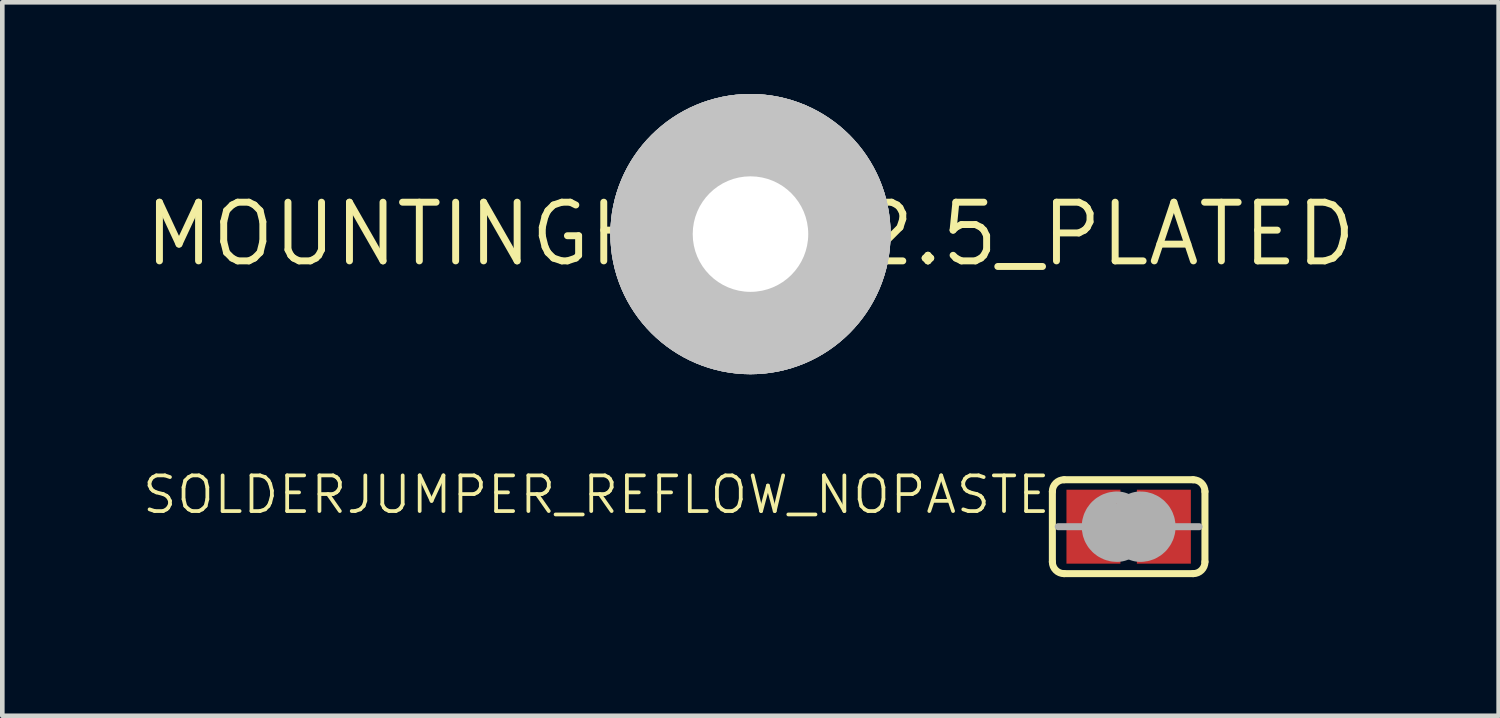
<source format=kicad_pcb>
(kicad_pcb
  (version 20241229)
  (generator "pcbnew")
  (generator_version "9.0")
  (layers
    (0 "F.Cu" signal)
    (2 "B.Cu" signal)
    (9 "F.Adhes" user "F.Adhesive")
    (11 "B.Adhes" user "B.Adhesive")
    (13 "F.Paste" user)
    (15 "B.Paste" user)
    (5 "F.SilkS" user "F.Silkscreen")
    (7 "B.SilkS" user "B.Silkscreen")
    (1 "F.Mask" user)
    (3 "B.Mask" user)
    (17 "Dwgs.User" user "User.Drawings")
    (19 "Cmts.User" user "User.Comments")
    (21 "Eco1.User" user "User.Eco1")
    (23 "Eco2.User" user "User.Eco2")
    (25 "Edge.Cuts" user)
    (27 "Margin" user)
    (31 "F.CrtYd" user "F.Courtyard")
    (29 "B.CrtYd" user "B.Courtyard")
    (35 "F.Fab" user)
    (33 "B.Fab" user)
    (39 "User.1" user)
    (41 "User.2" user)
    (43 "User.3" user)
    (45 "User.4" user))
  (footprint "SOLDERJUMPER_REFLOW_NOPASTE"
    (layer "F.Cu")
    (at 21.375 8.348)
    (property "Reference" "SOLDERJUMPER_REFLOW_NOPASTE" (at -1.651 -1.143 0) (layer "F.SilkS") (effects (font (size 0.772 0.772) (thickness 0.081)) (justify right top)))
    (attr through_hole)
    (fp_poly (pts (xy -0.076 0.914) (xy 0.076 0.914) (xy 0.076 -0.914) (xy -0.076 -0.914)) (stroke (width 0) (type solid)) (fill yes) (layer "F.Mask"))
    (fp_line (start -1.651 0.762) (end -1.651 -0.762) (stroke (width 0.152) (type solid)) (layer "F.SilkS"))
    (fp_line (start -1.397 -1.016) (end 1.397 -1.016) (stroke (width 0.152) (type solid)) (layer "F.SilkS"))
    (fp_line (start 1.397 1.016) (end -1.397 1.016) (stroke (width 0.152) (type solid)) (layer "F.SilkS"))
    (fp_line (start 1.651 0.762) (end 1.651 -0.762) (stroke (width 0.152) (type solid)) (layer "F.SilkS"))
    (fp_arc (start -1.651 -0.762) (mid -1.576605 -0.941605) (end -1.397 -1.016) (stroke (width 0.1524) (type solid)) (layer "F.SilkS"))
    (fp_arc (start -1.397 1.016) (mid -1.576605 0.941605) (end -1.651 0.762) (stroke (width 0.1524) (type solid)) (layer "F.SilkS"))
    (fp_arc (start 1.397 -1.016) (mid 1.576605 -0.941605) (end 1.651 -0.762) (stroke (width 0.1524) (type solid)) (layer "F.SilkS"))
    (fp_arc (start 1.651 0.762) (mid 1.576605 0.941605) (end 1.397 1.016) (stroke (width 0.1524) (type solid)) (layer "F.SilkS"))
    (fp_line (start -1.016 0) (end -1.524 0) (stroke (width 0.152) (type solid)) (layer "F.Fab"))
    (fp_line (start 1.016 0) (end 1.524 0) (stroke (width 0.152) (type solid)) (layer "F.Fab"))
    (fp_arc (start -0.254 0.127) (mid -0.381 0) (end -0.254 -0.127) (stroke (width 1.27) (type solid)) (layer "F.Fab"))
    (fp_arc (start 0.254 -0.127) (mid 0.381 0) (end 0.254 0.127) (stroke (width 1.27) (type solid)) (layer "F.Fab"))
    (pad "1" smd rect (at -0.762 0) (size 1.168 1.6) (layers "F.Cu" "F.Mask"))
    (pad "2" smd rect (at 0.762 0) (size 1.168 1.6) (layers "F.Cu" "F.Mask")))
  (footprint "MOUNTINGHOLE_2.5_PLATED"
    (layer "F.Cu")
    (at 13.191 2.016)
    (property "Reference" "MOUNTINGHOLE_2.5_PLATED" (at 0 0 0) (layer "F.SilkS") (effects (font (size 1.27 1.27) (thickness 0.15))))
    (attr through_hole)
    (fp_circle (center 0 0) (end 1.75 0) (stroke (width 0.152) (type solid)) (fill no) (layer "F.SilkS"))
    (fp_circle (center 0 0) (end 1 0) (stroke (width 2.032) (type solid)) (fill no) (layer "Dwgs.User"))
    (fp_circle (center 0 0) (end 1 0) (stroke (width 2.032) (type solid)) (fill no) (layer "Dwgs.User"))
    (fp_circle (center 0 0) (end 1 0) (stroke (width 2.032) (type solid)) (fill no) (layer "Dwgs.User"))
    (fp_circle (center 0 0) (end 1 0) (stroke (width 2.032) (type solid)) (fill no) (layer "Dwgs.User"))
    (pad "P$1" thru_hole circle (at 0 0) (size 3.2 3.2) (drill 2.5) (layers "*.Cu" "*.Mask")))
  (gr_rect
    (start -3 -3)
    (end 29.382 12.44)
    (stroke (width 0.1) (type default))
    (fill no)
    (layer "Edge.Cuts")))
</source>
